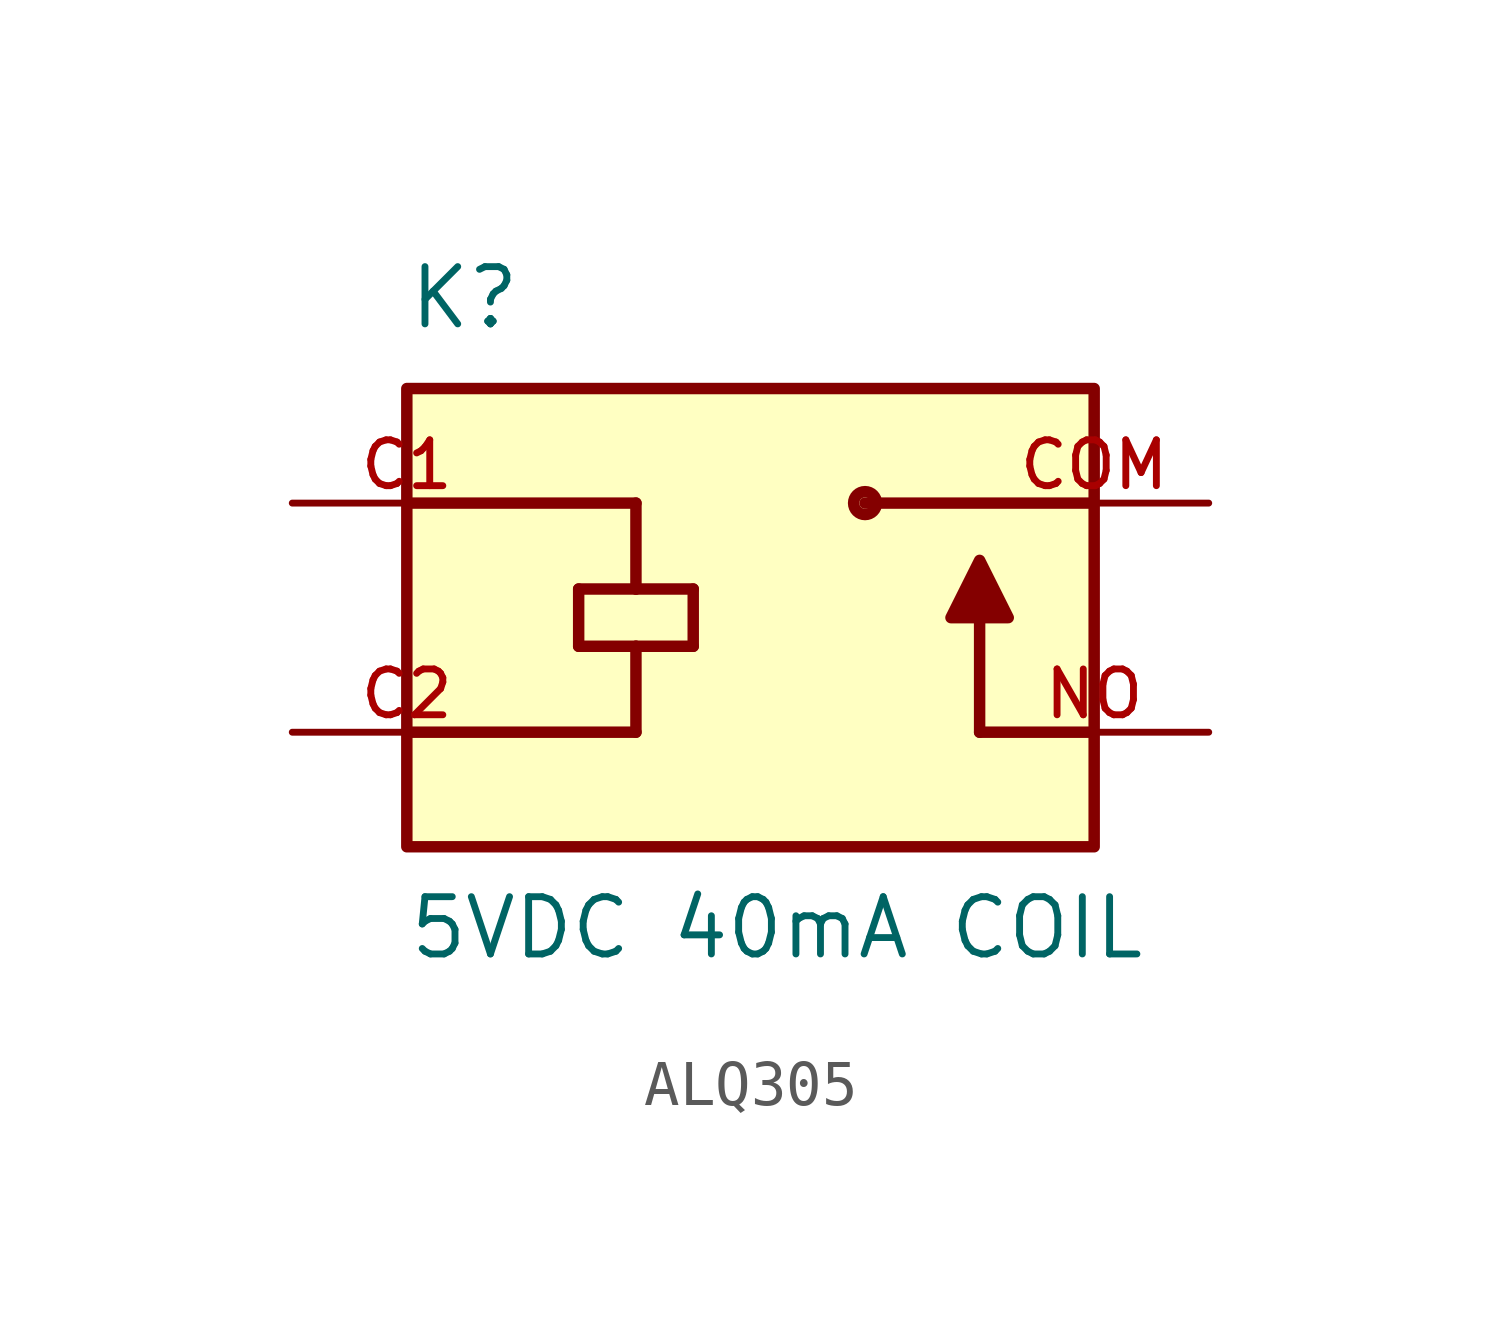
<source format=kicad_sym>
(kicad_symbol_lib
  (version 20241209)
  (generator "kicad_symbol_editor")
  (generator_version "9.0")
  (symbol "ALQ305"
    (pin_names
      (offset 1.016))
    (property "Reference" "K"
      (at -7.62 6.35 0)
      (effects (font (size 1.27 1.27)) (justify left bottom)))
    (property "Value" "5VDC 40mA COIL"
      (at -7.62 -7.62 0)
      (effects (font (size 1.27 1.27)) (justify left bottom)))
    (symbol "ALQ305_0_0"
      (rectangle (start -7.62 5.08) (end 7.62 -5.08) (stroke (width 0.254) (type default)) (fill (type background)))
      (polyline (pts (xy -7.62 2.54) (xy -2.54 2.54)) (stroke (width 0.254) (type default)) (fill (type none)))
      (polyline (pts (xy -7.62 -2.54) (xy -2.54 -2.54)) (stroke (width 0.254) (type default)) (fill (type none)))
      (polyline (pts (xy -3.81 0.635) (xy -2.54 0.635)) (stroke (width 0.254) (type default)) (fill (type none)))
      (polyline (pts (xy -3.81 -0.635) (xy -3.81 0.635)) (stroke (width 0.254) (type default)) (fill (type none)))
      (polyline (pts (xy -2.54 2.54) (xy -2.54 0.635)) (stroke (width 0.254) (type default)) (fill (type none)))
      (polyline (pts (xy -2.54 0.635) (xy -1.27 0.635)) (stroke (width 0.254) (type default)) (fill (type none)))
      (polyline (pts (xy -2.54 -0.635) (xy -3.81 -0.635)) (stroke (width 0.254) (type default)) (fill (type none)))
      (polyline (pts (xy -2.54 -0.635) (xy -2.54 -2.54)) (stroke (width 0.254) (type default)) (fill (type none)))
      (polyline (pts (xy -1.27 0.635) (xy -1.27 -0.635)) (stroke (width 0.254) (type default)) (fill (type none)))
      (polyline (pts (xy -1.27 -0.635) (xy -2.54 -0.635)) (stroke (width 0.254) (type default)) (fill (type none)))
      (circle (center 2.54 2.54) (radius 0.254) (stroke (width 0.254) (type default)) (fill (type none)))
      (polyline (pts (xy 4.445 0) (xy 5.715 0) (xy 5.08 1.27) (xy 4.445 0)) (stroke (width 0.254) (type default)) (fill (type outline)))
      (polyline (pts (xy 5.08 -2.54) (xy 5.08 0)) (stroke (width 0.254) (type default)) (fill (type none)))
      (polyline (pts (xy 7.62 2.54) (xy 2.54 2.54)) (stroke (width 0.254) (type default)) (fill (type none)))
      (polyline (pts (xy 7.62 -2.54) (xy 5.08 -2.54)) (stroke (width 0.254) (type default)) (fill (type none)))
      (pin passive line (at -10.16 2.54 0) (length 5.08) (name "~" (effects (font (size 1.016 1.016)))) (number "C1" (effects (font (size 1.016 1.016)))))
      (pin passive line (at -10.16 -2.54 0) (length 5.08) (name "~" (effects (font (size 1.016 1.016)))) (number "C2" (effects (font (size 1.016 1.016)))))
      (pin passive line (at 10.16 2.54 180) (length 5.08) (name "~" (effects (font (size 1.016 1.016)))) (number "COM" (effects (font (size 1.016 1.016)))))
      (pin passive line (at 10.16 -2.54 180) (length 5.08) (name "~" (effects (font (size 1.016 1.016)))) (number "NO" (effects (font (size 1.016 1.016))))))))
</source>
